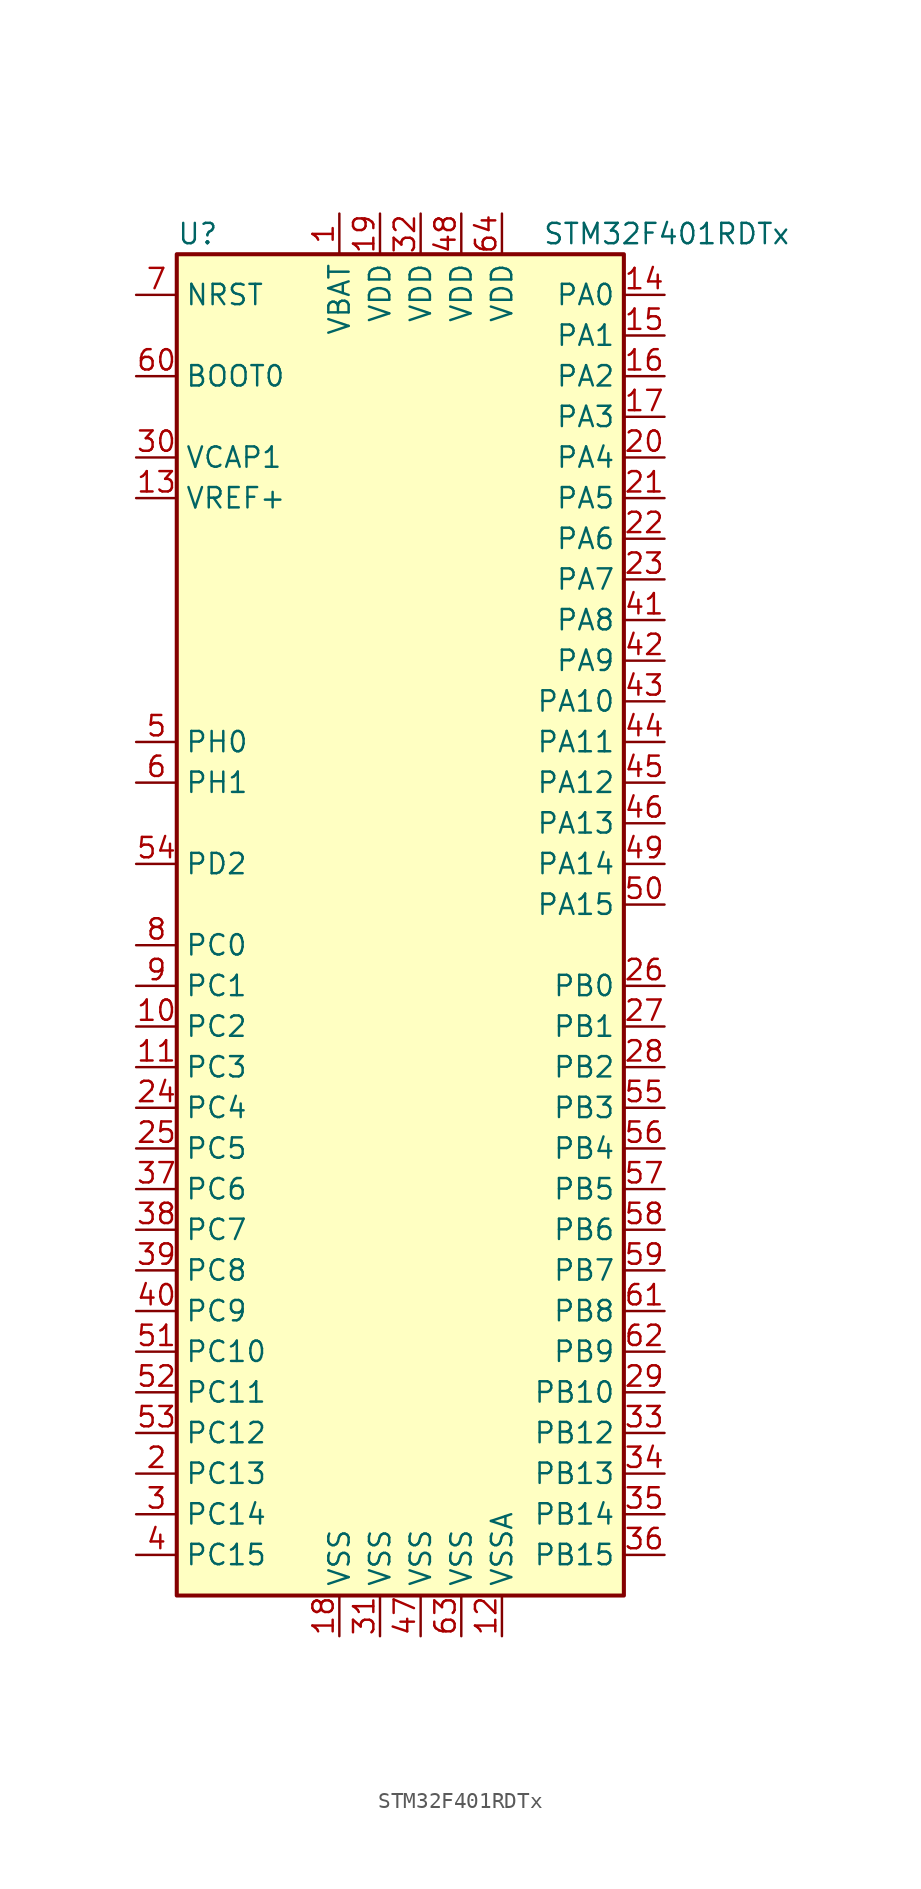
<source format=kicad_sym>
(kicad_symbol_lib
  (version 20211014)
  (generator kicad_symbol_editor)
  (symbol "STM32F401RDTx"
    (property "Reference" "U"
      (at -15.24 41.91 0)
      (effects (font (size 1.27 1.27)) (justify left)))
    (property "Value" "STM32F401RDTx"
      (at 7.62 41.91 0)
      (effects (font (size 1.27 1.27)) (justify left)))
    (symbol "STM32F401RDTx_0_1"
      (rectangle (start -15.24 -43.18) (end 12.7 40.64) (stroke (width 0.254) (type default) (color 0 0 0 0)) (fill (type background))))
    (symbol "STM32F401RDTx_1_1"
      (pin power_in line (at -5.08 43.18 270) (length 2.54) (name "VBAT" (effects (font (size 1.27 1.27)))) (number "1" (effects (font (size 1.27 1.27)))))
      (pin bidirectional line (at -17.78 -7.62 0) (length 2.54) (name "PC2" (effects (font (size 1.27 1.27)))) (number "10" (effects (font (size 1.27 1.27)))))
      (pin bidirectional line (at -17.78 -10.16 0) (length 2.54) (name "PC3" (effects (font (size 1.27 1.27)))) (number "11" (effects (font (size 1.27 1.27)))))
      (pin power_in line (at 5.08 -45.72 90) (length 2.54) (name "VSSA" (effects (font (size 1.27 1.27)))) (number "12" (effects (font (size 1.27 1.27)))))
      (pin power_in line (at -17.78 25.4 0) (length 2.54) (name "VREF+" (effects (font (size 1.27 1.27)))) (number "13" (effects (font (size 1.27 1.27)))))
      (pin bidirectional line (at 15.24 38.1 180) (length 2.54) (name "PA0" (effects (font (size 1.27 1.27)))) (number "14" (effects (font (size 1.27 1.27)))))
      (pin bidirectional line (at 15.24 35.56 180) (length 2.54) (name "PA1" (effects (font (size 1.27 1.27)))) (number "15" (effects (font (size 1.27 1.27)))))
      (pin bidirectional line (at 15.24 33.02 180) (length 2.54) (name "PA2" (effects (font (size 1.27 1.27)))) (number "16" (effects (font (size 1.27 1.27)))))
      (pin bidirectional line (at 15.24 30.48 180) (length 2.54) (name "PA3" (effects (font (size 1.27 1.27)))) (number "17" (effects (font (size 1.27 1.27)))))
      (pin power_in line (at -5.08 -45.72 90) (length 2.54) (name "VSS" (effects (font (size 1.27 1.27)))) (number "18" (effects (font (size 1.27 1.27)))))
      (pin power_in line (at -2.54 43.18 270) (length 2.54) (name "VDD" (effects (font (size 1.27 1.27)))) (number "19" (effects (font (size 1.27 1.27)))))
      (pin bidirectional line (at -17.78 -35.56 0) (length 2.54) (name "PC13" (effects (font (size 1.27 1.27)))) (number "2" (effects (font (size 1.27 1.27)))))
      (pin bidirectional line (at 15.24 27.94 180) (length 2.54) (name "PA4" (effects (font (size 1.27 1.27)))) (number "20" (effects (font (size 1.27 1.27)))))
      (pin bidirectional line (at 15.24 25.4 180) (length 2.54) (name "PA5" (effects (font (size 1.27 1.27)))) (number "21" (effects (font (size 1.27 1.27)))))
      (pin bidirectional line (at 15.24 22.86 180) (length 2.54) (name "PA6" (effects (font (size 1.27 1.27)))) (number "22" (effects (font (size 1.27 1.27)))))
      (pin bidirectional line (at 15.24 20.32 180) (length 2.54) (name "PA7" (effects (font (size 1.27 1.27)))) (number "23" (effects (font (size 1.27 1.27)))))
      (pin bidirectional line (at -17.78 -12.7 0) (length 2.54) (name "PC4" (effects (font (size 1.27 1.27)))) (number "24" (effects (font (size 1.27 1.27)))))
      (pin bidirectional line (at -17.78 -15.24 0) (length 2.54) (name "PC5" (effects (font (size 1.27 1.27)))) (number "25" (effects (font (size 1.27 1.27)))))
      (pin bidirectional line (at 15.24 -5.08 180) (length 2.54) (name "PB0" (effects (font (size 1.27 1.27)))) (number "26" (effects (font (size 1.27 1.27)))))
      (pin bidirectional line (at 15.24 -7.62 180) (length 2.54) (name "PB1" (effects (font (size 1.27 1.27)))) (number "27" (effects (font (size 1.27 1.27)))))
      (pin bidirectional line (at 15.24 -10.16 180) (length 2.54) (name "PB2" (effects (font (size 1.27 1.27)))) (number "28" (effects (font (size 1.27 1.27)))))
      (pin bidirectional line (at 15.24 -30.48 180) (length 2.54) (name "PB10" (effects (font (size 1.27 1.27)))) (number "29" (effects (font (size 1.27 1.27)))))
      (pin bidirectional line (at -17.78 -38.1 0) (length 2.54) (name "PC14" (effects (font (size 1.27 1.27)))) (number "3" (effects (font (size 1.27 1.27)))))
      (pin power_in line (at -17.78 27.94 0) (length 2.54) (name "VCAP1" (effects (font (size 1.27 1.27)))) (number "30" (effects (font (size 1.27 1.27)))))
      (pin power_in line (at -2.54 -45.72 90) (length 2.54) (name "VSS" (effects (font (size 1.27 1.27)))) (number "31" (effects (font (size 1.27 1.27)))))
      (pin power_in line (at 0 43.18 270) (length 2.54) (name "VDD" (effects (font (size 1.27 1.27)))) (number "32" (effects (font (size 1.27 1.27)))))
      (pin bidirectional line (at 15.24 -33.02 180) (length 2.54) (name "PB12" (effects (font (size 1.27 1.27)))) (number "33" (effects (font (size 1.27 1.27)))))
      (pin bidirectional line (at 15.24 -35.56 180) (length 2.54) (name "PB13" (effects (font (size 1.27 1.27)))) (number "34" (effects (font (size 1.27 1.27)))))
      (pin bidirectional line (at 15.24 -38.1 180) (length 2.54) (name "PB14" (effects (font (size 1.27 1.27)))) (number "35" (effects (font (size 1.27 1.27)))))
      (pin bidirectional line (at 15.24 -40.64 180) (length 2.54) (name "PB15" (effects (font (size 1.27 1.27)))) (number "36" (effects (font (size 1.27 1.27)))))
      (pin bidirectional line (at -17.78 -17.78 0) (length 2.54) (name "PC6" (effects (font (size 1.27 1.27)))) (number "37" (effects (font (size 1.27 1.27)))))
      (pin bidirectional line (at -17.78 -20.32 0) (length 2.54) (name "PC7" (effects (font (size 1.27 1.27)))) (number "38" (effects (font (size 1.27 1.27)))))
      (pin bidirectional line (at -17.78 -22.86 0) (length 2.54) (name "PC8" (effects (font (size 1.27 1.27)))) (number "39" (effects (font (size 1.27 1.27)))))
      (pin bidirectional line (at -17.78 -40.64 0) (length 2.54) (name "PC15" (effects (font (size 1.27 1.27)))) (number "4" (effects (font (size 1.27 1.27)))))
      (pin bidirectional line (at -17.78 -25.4 0) (length 2.54) (name "PC9" (effects (font (size 1.27 1.27)))) (number "40" (effects (font (size 1.27 1.27)))))
      (pin bidirectional line (at 15.24 17.78 180) (length 2.54) (name "PA8" (effects (font (size 1.27 1.27)))) (number "41" (effects (font (size 1.27 1.27)))))
      (pin bidirectional line (at 15.24 15.24 180) (length 2.54) (name "PA9" (effects (font (size 1.27 1.27)))) (number "42" (effects (font (size 1.27 1.27)))))
      (pin bidirectional line (at 15.24 12.7 180) (length 2.54) (name "PA10" (effects (font (size 1.27 1.27)))) (number "43" (effects (font (size 1.27 1.27)))))
      (pin bidirectional line (at 15.24 10.16 180) (length 2.54) (name "PA11" (effects (font (size 1.27 1.27)))) (number "44" (effects (font (size 1.27 1.27)))))
      (pin bidirectional line (at 15.24 7.62 180) (length 2.54) (name "PA12" (effects (font (size 1.27 1.27)))) (number "45" (effects (font (size 1.27 1.27)))))
      (pin bidirectional line (at 15.24 5.08 180) (length 2.54) (name "PA13" (effects (font (size 1.27 1.27)))) (number "46" (effects (font (size 1.27 1.27)))))
      (pin power_in line (at 0 -45.72 90) (length 2.54) (name "VSS" (effects (font (size 1.27 1.27)))) (number "47" (effects (font (size 1.27 1.27)))))
      (pin power_in line (at 2.54 43.18 270) (length 2.54) (name "VDD" (effects (font (size 1.27 1.27)))) (number "48" (effects (font (size 1.27 1.27)))))
      (pin bidirectional line (at 15.24 2.54 180) (length 2.54) (name "PA14" (effects (font (size 1.27 1.27)))) (number "49" (effects (font (size 1.27 1.27)))))
      (pin input line (at -17.78 10.16 0) (length 2.54) (name "PH0" (effects (font (size 1.27 1.27)))) (number "5" (effects (font (size 1.27 1.27)))))
      (pin bidirectional line (at 15.24 0 180) (length 2.54) (name "PA15" (effects (font (size 1.27 1.27)))) (number "50" (effects (font (size 1.27 1.27)))))
      (pin bidirectional line (at -17.78 -27.94 0) (length 2.54) (name "PC10" (effects (font (size 1.27 1.27)))) (number "51" (effects (font (size 1.27 1.27)))))
      (pin bidirectional line (at -17.78 -30.48 0) (length 2.54) (name "PC11" (effects (font (size 1.27 1.27)))) (number "52" (effects (font (size 1.27 1.27)))))
      (pin bidirectional line (at -17.78 -33.02 0) (length 2.54) (name "PC12" (effects (font (size 1.27 1.27)))) (number "53" (effects (font (size 1.27 1.27)))))
      (pin bidirectional line (at -17.78 2.54 0) (length 2.54) (name "PD2" (effects (font (size 1.27 1.27)))) (number "54" (effects (font (size 1.27 1.27)))))
      (pin bidirectional line (at 15.24 -12.7 180) (length 2.54) (name "PB3" (effects (font (size 1.27 1.27)))) (number "55" (effects (font (size 1.27 1.27)))))
      (pin bidirectional line (at 15.24 -15.24 180) (length 2.54) (name "PB4" (effects (font (size 1.27 1.27)))) (number "56" (effects (font (size 1.27 1.27)))))
      (pin bidirectional line (at 15.24 -17.78 180) (length 2.54) (name "PB5" (effects (font (size 1.27 1.27)))) (number "57" (effects (font (size 1.27 1.27)))))
      (pin bidirectional line (at 15.24 -20.32 180) (length 2.54) (name "PB6" (effects (font (size 1.27 1.27)))) (number "58" (effects (font (size 1.27 1.27)))))
      (pin bidirectional line (at 15.24 -22.86 180) (length 2.54) (name "PB7" (effects (font (size 1.27 1.27)))) (number "59" (effects (font (size 1.27 1.27)))))
      (pin input line (at -17.78 7.62 0) (length 2.54) (name "PH1" (effects (font (size 1.27 1.27)))) (number "6" (effects (font (size 1.27 1.27)))))
      (pin input line (at -17.78 33.02 0) (length 2.54) (name "BOOT0" (effects (font (size 1.27 1.27)))) (number "60" (effects (font (size 1.27 1.27)))))
      (pin bidirectional line (at 15.24 -25.4 180) (length 2.54) (name "PB8" (effects (font (size 1.27 1.27)))) (number "61" (effects (font (size 1.27 1.27)))))
      (pin bidirectional line (at 15.24 -27.94 180) (length 2.54) (name "PB9" (effects (font (size 1.27 1.27)))) (number "62" (effects (font (size 1.27 1.27)))))
      (pin power_in line (at 2.54 -45.72 90) (length 2.54) (name "VSS" (effects (font (size 1.27 1.27)))) (number "63" (effects (font (size 1.27 1.27)))))
      (pin power_in line (at 5.08 43.18 270) (length 2.54) (name "VDD" (effects (font (size 1.27 1.27)))) (number "64" (effects (font (size 1.27 1.27)))))
      (pin input line (at -17.78 38.1 0) (length 2.54) (name "NRST" (effects (font (size 1.27 1.27)))) (number "7" (effects (font (size 1.27 1.27)))))
      (pin bidirectional line (at -17.78 -2.54 0) (length 2.54) (name "PC0" (effects (font (size 1.27 1.27)))) (number "8" (effects (font (size 1.27 1.27)))))
      (pin bidirectional line (at -17.78 -5.08 0) (length 2.54) (name "PC1" (effects (font (size 1.27 1.27)))) (number "9" (effects (font (size 1.27 1.27))))))))
</source>
